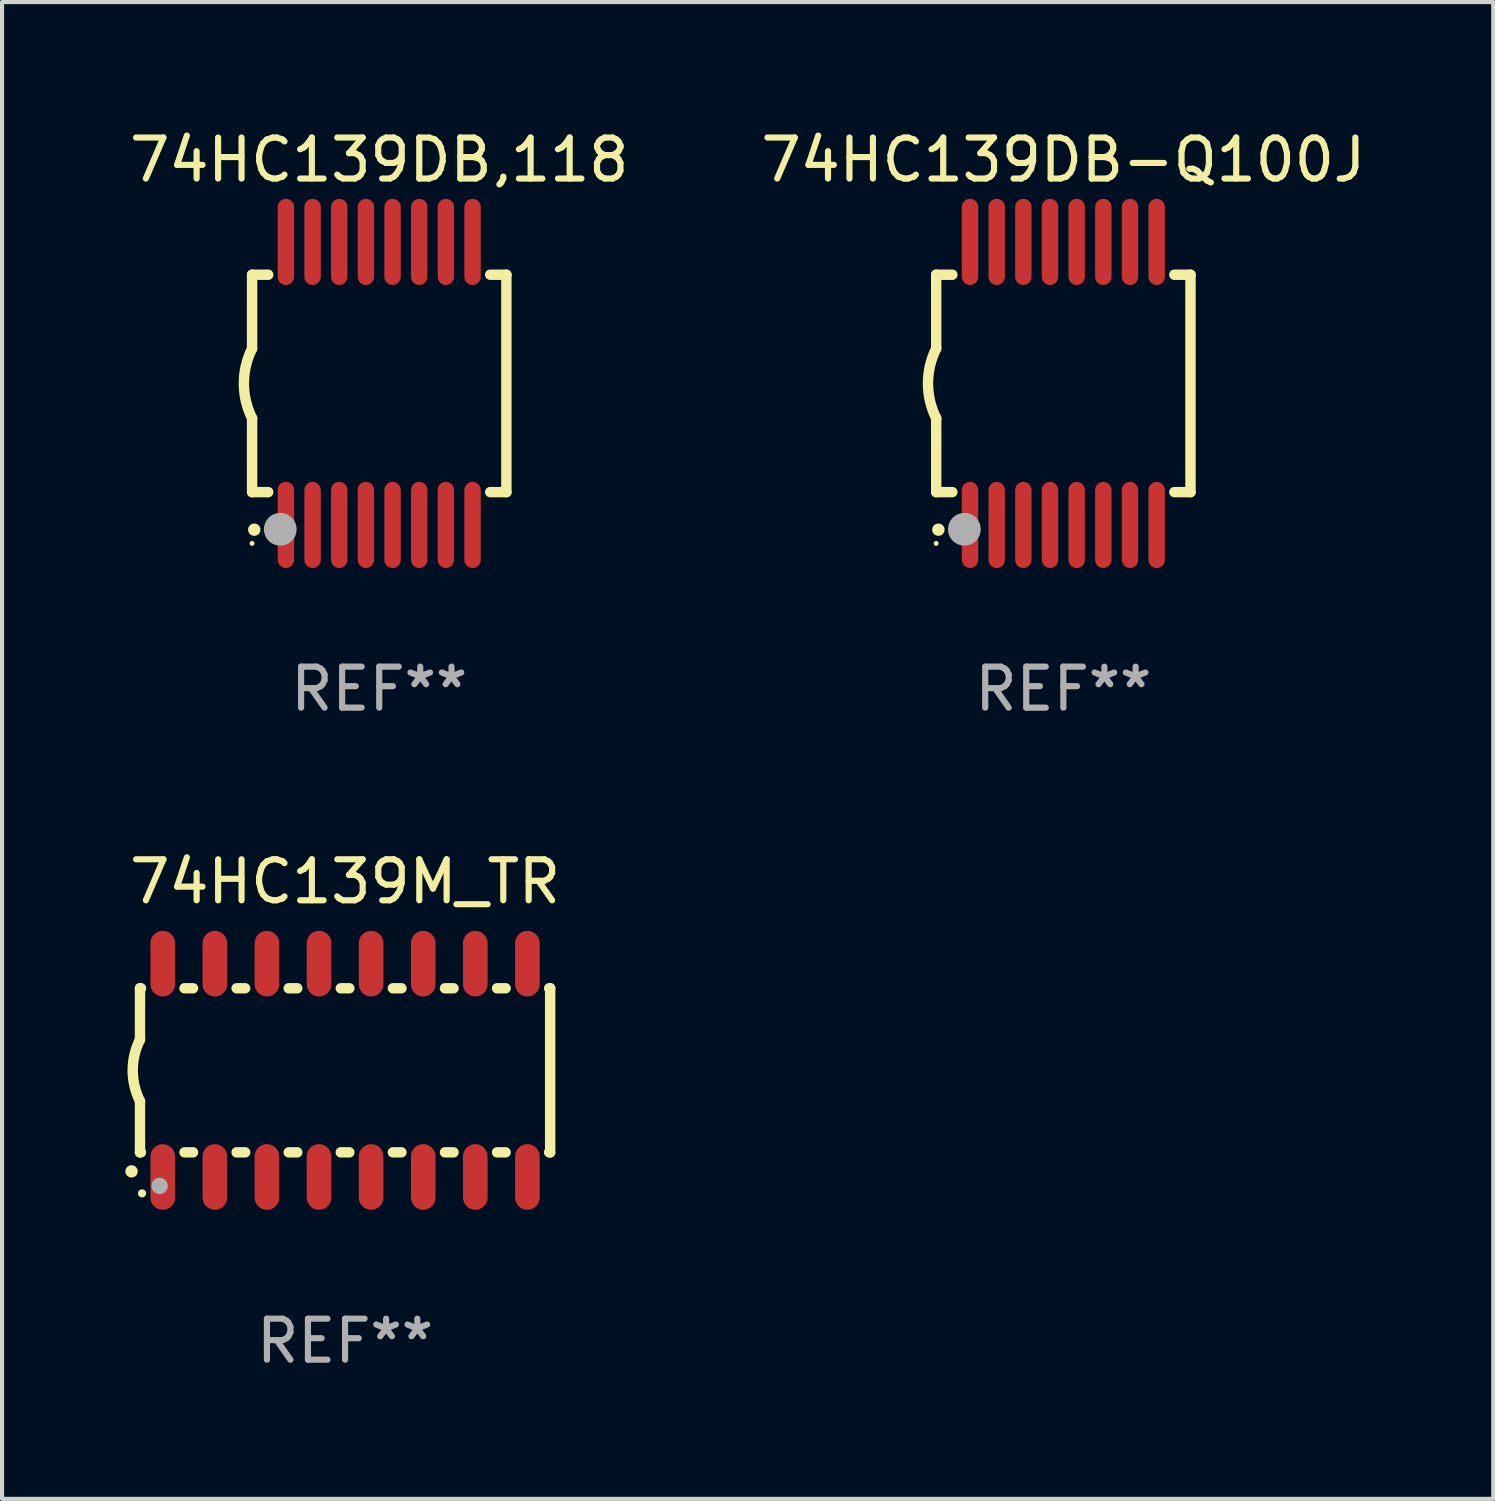
<source format=kicad_pcb>
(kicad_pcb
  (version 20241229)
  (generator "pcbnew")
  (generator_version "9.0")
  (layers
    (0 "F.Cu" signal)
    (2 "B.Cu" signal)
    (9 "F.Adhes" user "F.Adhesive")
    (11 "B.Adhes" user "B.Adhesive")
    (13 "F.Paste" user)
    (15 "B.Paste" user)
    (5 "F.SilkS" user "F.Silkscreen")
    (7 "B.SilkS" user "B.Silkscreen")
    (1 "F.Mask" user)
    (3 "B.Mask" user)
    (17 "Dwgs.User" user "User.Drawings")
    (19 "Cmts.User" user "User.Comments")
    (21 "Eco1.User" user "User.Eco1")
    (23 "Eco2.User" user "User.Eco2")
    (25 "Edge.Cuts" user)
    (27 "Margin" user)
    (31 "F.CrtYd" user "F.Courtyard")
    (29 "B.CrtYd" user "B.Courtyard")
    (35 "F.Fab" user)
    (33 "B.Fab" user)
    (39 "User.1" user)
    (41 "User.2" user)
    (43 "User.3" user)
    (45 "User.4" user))
  (footprint "74HC139M_TR"
    (layer "F.Cu")
    (at 5.363 23.045)
    (property "Reference" "74HC139M_TR" (at 0 -4.6 0) (layer "F.SilkS") (effects (font (size 1 1) (thickness 0.15))))
    (attr through_hole)
    (fp_line (start -5 -2) (end -5 -0.75) (stroke (width 0.254) (type solid)) (layer "F.SilkS"))
    (fp_line (start -5 -2) (end -4.976 -2) (stroke (width 0.254) (type solid)) (layer "F.SilkS"))
    (fp_line (start -5 2) (end -5 0.75) (stroke (width 0.254) (type solid)) (layer "F.SilkS"))
    (fp_line (start -5 2) (end -4.976 2) (stroke (width 0.254) (type solid)) (layer "F.SilkS"))
    (fp_line (start -3.914 -2) (end -3.706 -2) (stroke (width 0.254) (type solid)) (layer "F.SilkS"))
    (fp_line (start -3.914 2) (end -3.706 2) (stroke (width 0.254) (type solid)) (layer "F.SilkS"))
    (fp_line (start -2.644 -2) (end -2.436 -2) (stroke (width 0.254) (type solid)) (layer "F.SilkS"))
    (fp_line (start -2.644 2) (end -2.436 2) (stroke (width 0.254) (type solid)) (layer "F.SilkS"))
    (fp_line (start -1.374 -2) (end -1.166 -2) (stroke (width 0.254) (type solid)) (layer "F.SilkS"))
    (fp_line (start -1.374 2) (end -1.166 2) (stroke (width 0.254) (type solid)) (layer "F.SilkS"))
    (fp_line (start -0.104 -2) (end 0.104 -2) (stroke (width 0.254) (type solid)) (layer "F.SilkS"))
    (fp_line (start -0.104 2) (end 0.104 2) (stroke (width 0.254) (type solid)) (layer "F.SilkS"))
    (fp_line (start 1.166 -2) (end 1.374 -2) (stroke (width 0.254) (type solid)) (layer "F.SilkS"))
    (fp_line (start 1.166 2) (end 1.374 2) (stroke (width 0.254) (type solid)) (layer "F.SilkS"))
    (fp_line (start 2.436 -2) (end 2.644 -2) (stroke (width 0.254) (type solid)) (layer "F.SilkS"))
    (fp_line (start 2.436 2) (end 2.644 2) (stroke (width 0.254) (type solid)) (layer "F.SilkS"))
    (fp_line (start 3.706 -2) (end 3.914 -2) (stroke (width 0.254) (type solid)) (layer "F.SilkS"))
    (fp_line (start 3.706 2) (end 3.914 2) (stroke (width 0.254) (type solid)) (layer "F.SilkS"))
    (fp_line (start 4.976 -2) (end 5 -2) (stroke (width 0.254) (type solid)) (layer "F.SilkS"))
    (fp_line (start 4.976 2) (end 5 2) (stroke (width 0.254) (type solid)) (layer "F.SilkS"))
    (fp_line (start 5 2) (end 5 -2) (stroke (width 0.254) (type solid)) (layer "F.SilkS"))
    (fp_arc (start -5.20701 2.46383) (mid -5.20574 2.463825) (end -5.20447 2.46383) (stroke (width 0.3) (type solid)) (layer "F.SilkS"))
    (fp_arc (start -5 0.751207) (mid -5.177192 0.00061) (end -5 -0.749987) (stroke (width 0.254001) (type solid)) (layer "F.SilkS"))
    (fp_circle (center -4.95 3) (end -4.9 3) (stroke (width 0.1) (type solid)) (fill no) (layer "F.SilkS"))
    (fp_circle (center -4.521 2.819) (end -4.421 2.819) (stroke (width 0.2) (type solid)) (fill no) (layer "F.Fab"))
    (fp_text user "REF**" (at 0 6.6 0) (layer "F.Fab") (effects (font (size 1 1) (thickness 0.15))))
    (pad "1" smd oval (at -4.445 2.6 180) (size 0.6 1.6) (layers "F.Cu" "F.Mask" "F.Paste"))
    (pad "2" smd oval (at -3.175 2.6 180) (size 0.6 1.6) (layers "F.Cu" "F.Mask" "F.Paste"))
    (pad "3" smd oval (at -1.905 2.6 180) (size 0.6 1.6) (layers "F.Cu" "F.Mask" "F.Paste"))
    (pad "4" smd oval (at -0.635 2.6 180) (size 0.6 1.6) (layers "F.Cu" "F.Mask" "F.Paste"))
    (pad "5" smd oval (at 0.635 2.6 180) (size 0.6 1.6) (layers "F.Cu" "F.Mask" "F.Paste"))
    (pad "6" smd oval (at 1.905 2.6 180) (size 0.6 1.6) (layers "F.Cu" "F.Mask" "F.Paste"))
    (pad "7" smd oval (at 3.175 2.6 180) (size 0.6 1.6) (layers "F.Cu" "F.Mask" "F.Paste"))
    (pad "8" smd oval (at 4.445 2.6 180) (size 0.6 1.6) (layers "F.Cu" "F.Mask" "F.Paste"))
    (pad "9" smd oval (at 4.445 -2.6 180) (size 0.6 1.6) (layers "F.Cu" "F.Mask" "F.Paste"))
    (pad "10" smd oval (at 3.175 -2.6 180) (size 0.6 1.6) (layers "F.Cu" "F.Mask" "F.Paste"))
    (pad "11" smd oval (at 1.905 -2.6 180) (size 0.6 1.6) (layers "F.Cu" "F.Mask" "F.Paste"))
    (pad "12" smd oval (at 0.635 -2.6 180) (size 0.6 1.6) (layers "F.Cu" "F.Mask" "F.Paste"))
    (pad "13" smd oval (at -0.635 -2.6 180) (size 0.6 1.6) (layers "F.Cu" "F.Mask" "F.Paste"))
    (pad "14" smd oval (at -1.905 -2.6 180) (size 0.6 1.6) (layers "F.Cu" "F.Mask" "F.Paste"))
    (pad "15" smd oval (at -3.175 -2.6 180) (size 0.6 1.6) (layers "F.Cu" "F.Mask" "F.Paste"))
    (pad "16" smd oval (at -4.445 -2.6 180) (size 0.6 1.6) (layers "F.Cu" "F.Mask" "F.Paste")))
  (footprint "74HC139DB-Q100J"
    (layer "F.Cu")
    (at 22.875 6.298)
    (property "Reference" "74HC139DB-Q100J" (at 0 -5.45 0) (layer "F.SilkS") (effects (font (size 1 1) (thickness 0.15))))
    (attr through_hole)
    (fp_line (start -3.1 -2.65) (end -3.1 -0.85) (stroke (width 0.254) (type solid)) (layer "F.SilkS"))
    (fp_line (start -3.1 -2.65) (end -2.706 -2.65) (stroke (width 0.254) (type solid)) (layer "F.SilkS"))
    (fp_line (start -3.1 2.65) (end -3.1 0.85) (stroke (width 0.254) (type solid)) (layer "F.SilkS"))
    (fp_line (start -3.1 2.65) (end -2.706 2.65) (stroke (width 0.254) (type solid)) (layer "F.SilkS"))
    (fp_line (start 2.706 -2.65) (end 3.1 -2.65) (stroke (width 0.254) (type solid)) (layer "F.SilkS"))
    (fp_line (start 2.706 2.65) (end 3.1 2.65) (stroke (width 0.254) (type solid)) (layer "F.SilkS"))
    (fp_line (start 3.1 -2.65) (end 3.1 2.65) (stroke (width 0.254) (type solid)) (layer "F.SilkS"))
    (fp_arc (start -3.098907 0.850902) (mid -3.300057 0.000523) (end -3.1 -0.850114) (stroke (width 0.254001) (type solid)) (layer "F.SilkS"))
    (fp_arc (start -3.048006 3.566066) (mid -3.046736 3.566061) (end -3.045466 3.566066) (stroke (width 0.3) (type solid)) (layer "F.SilkS"))
    (fp_circle (center -3.1 3.9) (end -3.07 3.9) (stroke (width 0.06) (type solid)) (fill no) (layer "F.SilkS"))
    (fp_circle (center -2.413 3.556) (end -2.213 3.556) (stroke (width 0.4) (type solid)) (fill no) (layer "F.Fab"))
    (fp_text user "REF**" (at 0 7.45 0) (layer "F.Fab") (effects (font (size 1 1) (thickness 0.15))))
    (pad "1" smd oval (at -2.275 3.45 180) (size 0.4 2.1) (layers "F.Cu" "F.Mask" "F.Paste"))
    (pad "2" smd oval (at -1.625 3.45 180) (size 0.4 2.1) (layers "F.Cu" "F.Mask" "F.Paste"))
    (pad "3" smd oval (at -0.975 3.45 180) (size 0.4 2.1) (layers "F.Cu" "F.Mask" "F.Paste"))
    (pad "4" smd oval (at -0.325 3.45 180) (size 0.4 2.1) (layers "F.Cu" "F.Mask" "F.Paste"))
    (pad "5" smd oval (at 0.325 3.45 180) (size 0.4 2.1) (layers "F.Cu" "F.Mask" "F.Paste"))
    (pad "6" smd oval (at 0.975 3.45 180) (size 0.4 2.1) (layers "F.Cu" "F.Mask" "F.Paste"))
    (pad "7" smd oval (at 1.625 3.45 180) (size 0.4 2.1) (layers "F.Cu" "F.Mask" "F.Paste"))
    (pad "8" smd oval (at 2.275 3.45 180) (size 0.4 2.1) (layers "F.Cu" "F.Mask" "F.Paste"))
    (pad "9" smd oval (at 2.275 -3.45 180) (size 0.4 2.1) (layers "F.Cu" "F.Mask" "F.Paste"))
    (pad "10" smd oval (at 1.625 -3.45 180) (size 0.4 2.1) (layers "F.Cu" "F.Mask" "F.Paste"))
    (pad "11" smd oval (at 0.975 -3.45 180) (size 0.4 2.1) (layers "F.Cu" "F.Mask" "F.Paste"))
    (pad "12" smd oval (at 0.325 -3.45 180) (size 0.4 2.1) (layers "F.Cu" "F.Mask" "F.Paste"))
    (pad "13" smd oval (at -0.325 -3.45 180) (size 0.4 2.1) (layers "F.Cu" "F.Mask" "F.Paste"))
    (pad "14" smd oval (at -0.975 -3.45 180) (size 0.4 2.1) (layers "F.Cu" "F.Mask" "F.Paste"))
    (pad "15" smd oval (at -1.625 -3.45 180) (size 0.4 2.1) (layers "F.Cu" "F.Mask" "F.Paste"))
    (pad "16" smd oval (at -2.275 -3.45 180) (size 0.4 2.1) (layers "F.Cu" "F.Mask" "F.Paste")))
  (footprint "74HC139DB,118"
    (layer "F.Cu")
    (at 6.196 6.298)
    (property "Reference" "74HC139DB,118" (at 0 -5.45 0) (layer "F.SilkS") (effects (font (size 1 1) (thickness 0.15))))
    (attr through_hole)
    (fp_line (start -3.1 -2.65) (end -3.1 -0.85) (stroke (width 0.254) (type solid)) (layer "F.SilkS"))
    (fp_line (start -3.1 -2.65) (end -2.706 -2.65) (stroke (width 0.254) (type solid)) (layer "F.SilkS"))
    (fp_line (start -3.1 2.65) (end -3.1 0.85) (stroke (width 0.254) (type solid)) (layer "F.SilkS"))
    (fp_line (start -3.1 2.65) (end -2.706 2.65) (stroke (width 0.254) (type solid)) (layer "F.SilkS"))
    (fp_line (start 2.706 -2.65) (end 3.1 -2.65) (stroke (width 0.254) (type solid)) (layer "F.SilkS"))
    (fp_line (start 2.706 2.65) (end 3.1 2.65) (stroke (width 0.254) (type solid)) (layer "F.SilkS"))
    (fp_line (start 3.1 -2.65) (end 3.1 2.65) (stroke (width 0.254) (type solid)) (layer "F.SilkS"))
    (fp_arc (start -3.098907 0.850902) (mid -3.300057 0.000523) (end -3.1 -0.850114) (stroke (width 0.254001) (type solid)) (layer "F.SilkS"))
    (fp_arc (start -3.048006 3.566066) (mid -3.046736 3.566061) (end -3.045466 3.566066) (stroke (width 0.3) (type solid)) (layer "F.SilkS"))
    (fp_circle (center -3.1 3.9) (end -3.07 3.9) (stroke (width 0.06) (type solid)) (fill no) (layer "F.SilkS"))
    (fp_circle (center -2.413 3.556) (end -2.213 3.556) (stroke (width 0.4) (type solid)) (fill no) (layer "F.Fab"))
    (fp_text user "REF**" (at 0 7.45 0) (layer "F.Fab") (effects (font (size 1 1) (thickness 0.15))))
    (pad "1" smd oval (at -2.275 3.45 180) (size 0.4 2.1) (layers "F.Cu" "F.Mask" "F.Paste"))
    (pad "2" smd oval (at -1.625 3.45 180) (size 0.4 2.1) (layers "F.Cu" "F.Mask" "F.Paste"))
    (pad "3" smd oval (at -0.975 3.45 180) (size 0.4 2.1) (layers "F.Cu" "F.Mask" "F.Paste"))
    (pad "4" smd oval (at -0.325 3.45 180) (size 0.4 2.1) (layers "F.Cu" "F.Mask" "F.Paste"))
    (pad "5" smd oval (at 0.325 3.45 180) (size 0.4 2.1) (layers "F.Cu" "F.Mask" "F.Paste"))
    (pad "6" smd oval (at 0.975 3.45 180) (size 0.4 2.1) (layers "F.Cu" "F.Mask" "F.Paste"))
    (pad "7" smd oval (at 1.625 3.45 180) (size 0.4 2.1) (layers "F.Cu" "F.Mask" "F.Paste"))
    (pad "8" smd oval (at 2.275 3.45 180) (size 0.4 2.1) (layers "F.Cu" "F.Mask" "F.Paste"))
    (pad "9" smd oval (at 2.275 -3.45 180) (size 0.4 2.1) (layers "F.Cu" "F.Mask" "F.Paste"))
    (pad "10" smd oval (at 1.625 -3.45 180) (size 0.4 2.1) (layers "F.Cu" "F.Mask" "F.Paste"))
    (pad "11" smd oval (at 0.975 -3.45 180) (size 0.4 2.1) (layers "F.Cu" "F.Mask" "F.Paste"))
    (pad "12" smd oval (at 0.325 -3.45 180) (size 0.4 2.1) (layers "F.Cu" "F.Mask" "F.Paste"))
    (pad "13" smd oval (at -0.325 -3.45 180) (size 0.4 2.1) (layers "F.Cu" "F.Mask" "F.Paste"))
    (pad "14" smd oval (at -0.975 -3.45 180) (size 0.4 2.1) (layers "F.Cu" "F.Mask" "F.Paste"))
    (pad "15" smd oval (at -1.625 -3.45 180) (size 0.4 2.1) (layers "F.Cu" "F.Mask" "F.Paste"))
    (pad "16" smd oval (at -2.275 -3.45 180) (size 0.4 2.1) (layers "F.Cu" "F.Mask" "F.Paste")))
  (gr_rect
    (start -3 -3)
    (end 33.357 33.493)
    (stroke (width 0.1) (type default))
    (fill no)
    (layer "Edge.Cuts")))
</source>
